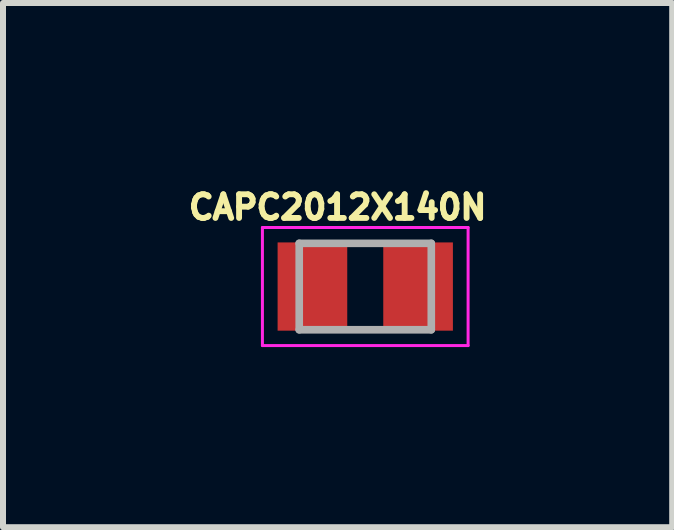
<source format=kicad_pcb>
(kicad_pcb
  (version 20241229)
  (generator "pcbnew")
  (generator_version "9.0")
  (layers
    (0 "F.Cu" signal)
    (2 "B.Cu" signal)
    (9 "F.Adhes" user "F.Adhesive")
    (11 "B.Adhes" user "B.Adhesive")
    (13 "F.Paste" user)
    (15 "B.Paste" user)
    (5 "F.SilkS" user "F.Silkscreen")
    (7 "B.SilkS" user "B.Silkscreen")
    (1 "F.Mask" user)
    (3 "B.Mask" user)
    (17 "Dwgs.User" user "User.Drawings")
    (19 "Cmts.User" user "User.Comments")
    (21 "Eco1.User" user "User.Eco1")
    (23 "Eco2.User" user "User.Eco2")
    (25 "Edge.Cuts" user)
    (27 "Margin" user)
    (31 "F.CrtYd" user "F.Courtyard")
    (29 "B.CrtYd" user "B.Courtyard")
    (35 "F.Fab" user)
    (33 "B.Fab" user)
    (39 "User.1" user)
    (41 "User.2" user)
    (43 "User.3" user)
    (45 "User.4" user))
  (footprint "CAPC2012X140N"
    (layer "F.Cu")
    (at 3.034 1.723)
    (property "Reference" "CAPC2012X140N" (at -0.46 -1.32 0) (layer "F.SilkS") (effects (font (size 0.394 0.394) (thickness 0.098))))
    (attr smd)
    (fp_line (start -1.713 -0.983) (end 1.713 -0.983) (stroke (width 0.05) (type solid)) (layer "F.CrtYd"))
    (fp_line (start -1.713 0.983) (end -1.713 -0.983) (stroke (width 0.05) (type solid)) (layer "F.CrtYd"))
    (fp_line (start -1.713 0.983) (end 1.713 0.983) (stroke (width 0.05) (type solid)) (layer "F.CrtYd"))
    (fp_line (start 1.713 0.983) (end 1.713 -0.983) (stroke (width 0.05) (type solid)) (layer "F.CrtYd"))
    (fp_line (start -1.1 0.72) (end -1.1 -0.72) (stroke (width 0.127) (type solid)) (layer "F.Fab"))
    (fp_line (start 1.1 -0.72) (end -1.1 -0.72) (stroke (width 0.127) (type solid)) (layer "F.Fab"))
    (fp_line (start 1.1 0.72) (end -1.1 0.72) (stroke (width 0.127) (type solid)) (layer "F.Fab"))
    (fp_line (start 1.1 0.72) (end 1.1 -0.72) (stroke (width 0.127) (type solid)) (layer "F.Fab"))
    (pad "1" smd rect (at -0.88 0) (size 1.16 1.47) (layers "F.Cu" "F.Mask" "F.Paste"))
    (pad "2" smd rect (at 0.88 0) (size 1.16 1.47) (layers "F.Cu" "F.Mask" "F.Paste")))
  (gr_rect
    (start -3 -3)
    (end 8.147 5.731)
    (stroke (width 0.1) (type default))
    (fill no)
    (layer "Edge.Cuts")))
</source>
